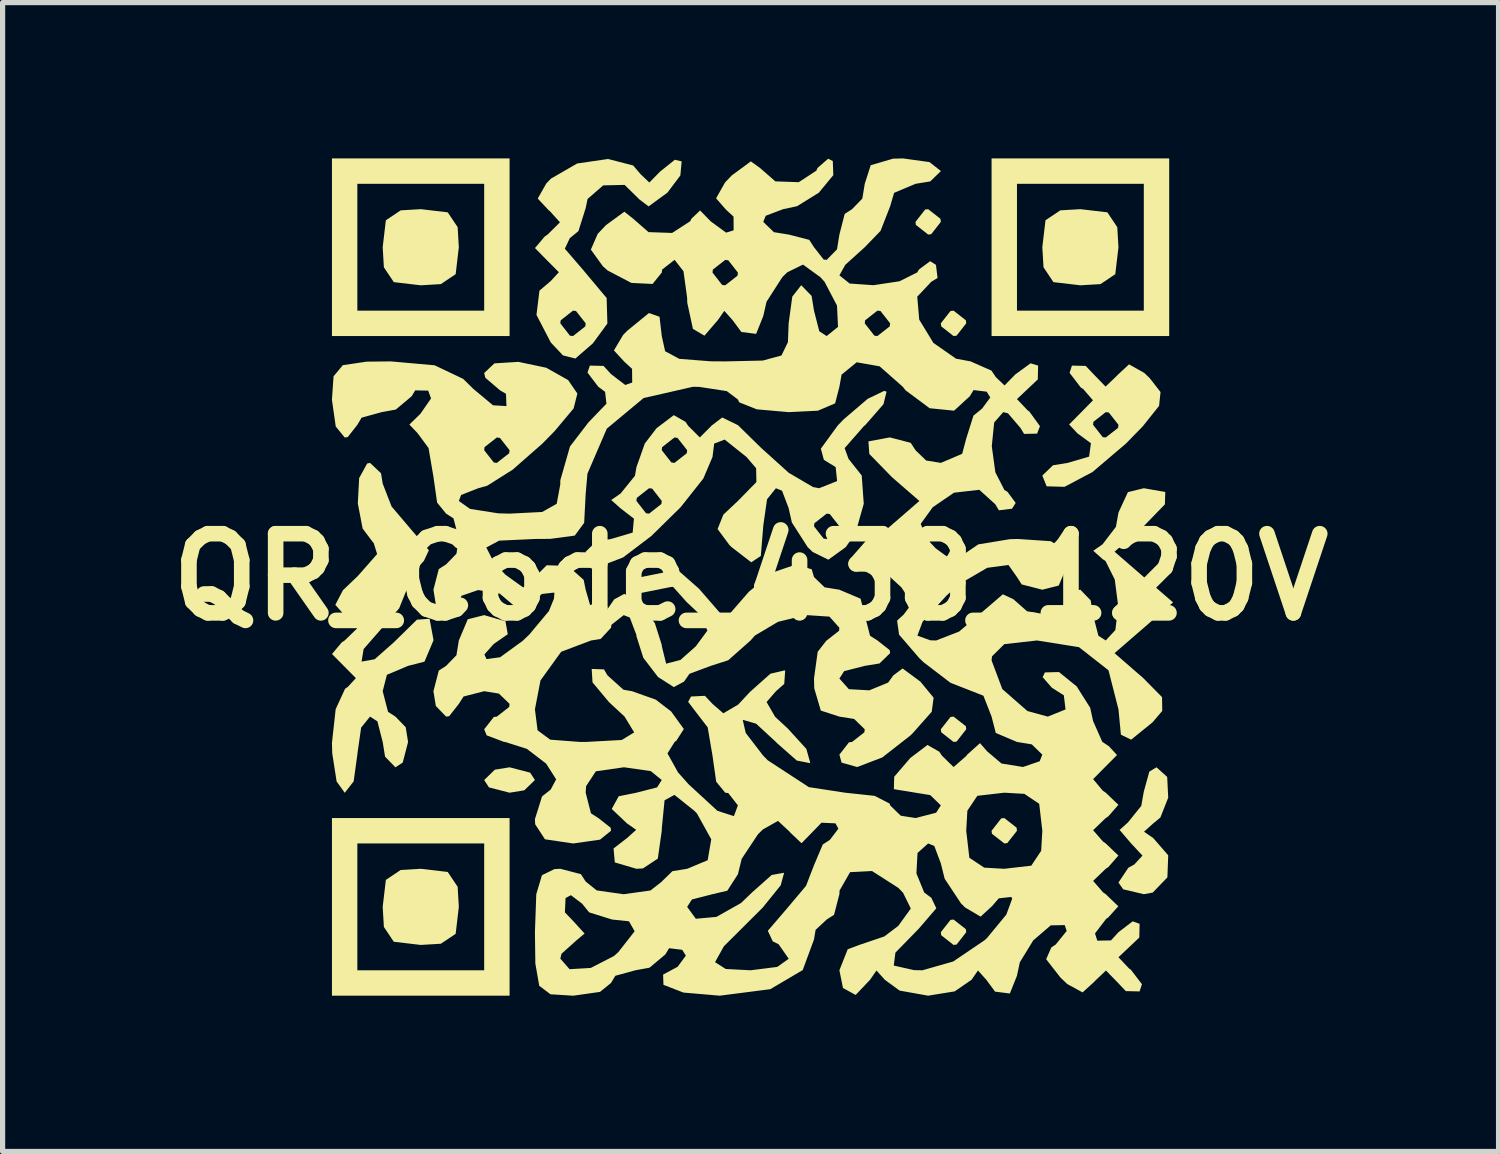
<source format=kicad_pcb>
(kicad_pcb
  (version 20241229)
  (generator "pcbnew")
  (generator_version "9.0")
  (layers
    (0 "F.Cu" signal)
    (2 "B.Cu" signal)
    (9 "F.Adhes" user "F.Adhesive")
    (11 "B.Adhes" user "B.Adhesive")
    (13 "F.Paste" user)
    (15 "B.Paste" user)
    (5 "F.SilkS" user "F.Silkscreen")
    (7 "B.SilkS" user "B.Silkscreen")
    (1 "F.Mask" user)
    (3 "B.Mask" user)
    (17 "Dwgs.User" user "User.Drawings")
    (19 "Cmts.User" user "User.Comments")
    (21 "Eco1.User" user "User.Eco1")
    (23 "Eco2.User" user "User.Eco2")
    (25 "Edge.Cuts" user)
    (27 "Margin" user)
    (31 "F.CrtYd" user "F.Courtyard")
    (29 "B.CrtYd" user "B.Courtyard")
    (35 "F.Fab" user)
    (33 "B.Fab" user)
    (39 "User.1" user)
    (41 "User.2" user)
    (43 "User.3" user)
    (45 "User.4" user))
  (footprint "QR_Code_438_120V"
    (layer "F.Cu")
    (at 11.401 8.06)
    (property "Reference" "QR_Code_438_120V" (at 0 0 0) (layer "F.SilkS") (effects (font (size 1.524 1.524) (thickness 0.3))))
    (attr board_only exclude_from_pos_files exclude_from_bom)
    (fp_poly (pts (xy -4.244 3.766) (xy -4.152 3.908) (xy -4.356 4.106) (xy -4.64 4.152) (xy -5.037 4.05) (xy -5.129 3.908) (xy -4.924 3.709) (xy -4.64 3.663)) (stroke (width 0) (type solid)) (fill yes) (layer "F.SilkS"))
    (fp_poly (pts (xy 3.656 -6.897) (xy 3.663 -6.838) (xy 3.478 -6.601) (xy 3.419 -6.594) (xy 3.182 -6.78) (xy 3.175 -6.838) (xy 3.361 -7.076) (xy 3.419 -7.083)) (stroke (width 0) (type solid)) (fill yes) (layer "F.SilkS"))
    (fp_poly (pts (xy 4.145 -4.943) (xy 4.152 -4.885) (xy 3.966 -4.647) (xy 3.908 -4.64) (xy 3.671 -4.826) (xy 3.663 -4.885) (xy 3.849 -5.122) (xy 3.908 -5.129)) (stroke (width 0) (type solid)) (fill yes) (layer "F.SilkS"))
    (fp_poly (pts (xy 4.145 2.872) (xy 4.152 2.931) (xy 3.966 3.168) (xy 3.908 3.175) (xy 3.671 2.989) (xy 3.663 2.931) (xy 3.849 2.694) (xy 3.908 2.687)) (stroke (width 0) (type solid)) (fill yes) (layer "F.SilkS"))
    (fp_poly (pts (xy 4.145 6.78) (xy 4.152 6.838) (xy 3.966 7.076) (xy 3.908 7.083) (xy 3.671 6.897) (xy 3.663 6.838) (xy 3.849 6.601) (xy 3.908 6.594)) (stroke (width 0) (type solid)) (fill yes) (layer "F.SilkS"))
    (fp_poly (pts (xy 5.122 4.826) (xy 5.129 4.885) (xy 4.943 5.122) (xy 4.885 5.129) (xy 4.647 4.943) (xy 4.64 4.885) (xy 4.826 4.647) (xy 4.885 4.64)) (stroke (width 0) (type solid)) (fill yes) (layer "F.SilkS"))
    (fp_poly (pts (xy -4.64 -4.64) (xy -8.06 -4.64) (xy -8.06 -5.129) (xy -7.571 -5.129) (xy -5.129 -5.129) (xy -5.129 -7.571) (xy -7.571 -7.571) (xy -7.571 -5.129) (xy -8.06 -5.129) (xy -8.06 -8.06) (xy -4.64 -8.06)) (stroke (width 0) (type solid)) (fill yes) (layer "F.SilkS"))
    (fp_poly (pts (xy -4.64 8.06) (xy -8.06 8.06) (xy -8.06 7.571) (xy -7.571 7.571) (xy -5.129 7.571) (xy -5.129 5.129) (xy -7.571 5.129) (xy -7.571 7.571) (xy -8.06 7.571) (xy -8.06 4.64) (xy -4.64 4.64)) (stroke (width 0) (type solid)) (fill yes) (layer "F.SilkS"))
    (fp_poly (pts (xy 8.06 -4.64) (xy 4.64 -4.64) (xy 4.64 -5.129) (xy 5.129 -5.129) (xy 7.571 -5.129) (xy 7.571 -7.571) (xy 5.129 -7.571) (xy 5.129 -5.129) (xy 4.64 -5.129) (xy 4.64 -8.06) (xy 8.06 -8.06)) (stroke (width 0) (type solid)) (fill yes) (layer "F.SilkS"))
    (fp_poly (pts (xy -5.831 -7.022) (xy -5.64 -6.737) (xy -5.617 -6.35) (xy -5.678 -5.831) (xy -5.963 -5.64) (xy -6.35 -5.617) (xy -6.869 -5.678) (xy -7.06 -5.963) (xy -7.083 -6.35) (xy -7.022 -6.869) (xy -6.737 -7.06) (xy -6.35 -7.083)) (stroke (width 0) (type solid)) (fill yes) (layer "F.SilkS"))
    (fp_poly (pts (xy -5.831 5.678) (xy -5.64 5.963) (xy -5.617 6.35) (xy -5.678 6.869) (xy -5.963 7.06) (xy -6.35 7.083) (xy -6.869 7.022) (xy -7.06 6.737) (xy -7.083 6.35) (xy -7.022 5.831) (xy -6.737 5.64) (xy -6.35 5.617)) (stroke (width 0) (type solid)) (fill yes) (layer "F.SilkS"))
    (fp_poly (pts (xy 6.869 -7.022) (xy 7.06 -6.737) (xy 7.083 -6.35) (xy 7.022 -5.831) (xy 6.737 -5.64) (xy 6.35 -5.617) (xy 5.831 -5.678) (xy 5.64 -5.963) (xy 5.617 -6.35) (xy 5.678 -6.869) (xy 5.963 -7.06) (xy 6.35 -7.083)) (stroke (width 0) (type solid)) (fill yes) (layer "F.SilkS"))
    (fp_poly (pts (xy 8.021 3.848) (xy 8.041 4.247) (xy 7.89 4.63) (xy 7.754 4.742) (xy 7.575 4.903) (xy 7.754 5.027) (xy 8.041 5.358) (xy 8.025 5.782) (xy 7.743 6.075) (xy 7.571 6.106) (xy 7.174 6.012) (xy 7.083 5.882) (xy 7.273 5.597) (xy 7.388 5.534) (xy 7.545 5.363) (xy 7.327 5.129) (xy 7.105 4.869) (xy 7.266 4.724) (xy 7.522 4.406) (xy 7.571 4.132) (xy 7.677 3.746) (xy 7.815 3.663)) (stroke (width 0) (type solid)) (fill yes) (layer "F.SilkS"))
    (fp_poly (pts (xy 7.58 -3.93) (xy 7.684 -3.83) (xy 7.893 -3.562) (xy 7.865 -3.296) (xy 7.552 -2.903) (xy 7.226 -2.569) (xy 6.583 -2.022) (xy 6.045 -1.737) (xy 5.7 -1.747) (xy 5.617 -1.954) (xy 5.822 -2.152) (xy 6.106 -2.198) (xy 6.518 -2.319) (xy 6.553 -2.576) (xy 6.289 -2.77) (xy 6.14 -2.931) (xy 6.594 -2.931) (xy 6.78 -2.694) (xy 6.838 -2.687) (xy 7.076 -2.872) (xy 7.083 -2.931) (xy 6.897 -3.168) (xy 6.838 -3.175) (xy 6.601 -2.989) (xy 6.594 -2.931) (xy 6.14 -2.931) (xy 6.133 -2.938) (xy 6.35 -3.156) (xy 6.592 -3.403) (xy 6.405 -3.619) (xy 6.357 -3.65) (xy 6.142 -3.931) (xy 6.187 -4.071) (xy 6.452 -4.065) (xy 6.608 -3.901) (xy 6.835 -3.667) (xy 7.054 -3.877) (xy 7.061 -3.886) (xy 7.286 -4.095)) (stroke (width 0) (type solid)) (fill yes) (layer "F.SilkS"))
    (fp_poly (pts (xy -2.261 -7.924) (xy -2.115 -7.754) (xy -1.949 -7.596) (xy -1.741 -7.808) (xy -1.458 -8.034) (xy -1.327 -8.003) (xy -1.352 -7.732) (xy -1.6 -7.402) (xy -1.963 -7.136) (xy -2.138 -7.268) (xy -2.425 -7.55) (xy -2.837 -7.541) (xy -3.138 -7.28) (xy -3.175 -7.103) (xy -3.314 -6.661) (xy -3.48 -6.525) (xy -3.576 -6.322) (xy -3.236 -5.927) (xy -2.771 -5.372) (xy -2.757 -4.881) (xy -3.035 -4.501) (xy -3.373 -4.207) (xy -3.612 -4.267) (xy -3.847 -4.517) (xy -4.038 -4.885) (xy -3.663 -4.885) (xy -3.478 -4.647) (xy -3.419 -4.64) (xy -3.182 -4.826) (xy -3.175 -4.885) (xy -3.361 -5.122) (xy -3.419 -5.129) (xy -3.656 -4.943) (xy -3.663 -4.885) (xy -4.038 -4.885) (xy -4.122 -5.047) (xy -4.065 -5.514) (xy -3.847 -5.7) (xy -3.691 -5.869) (xy -3.908 -6.087) (xy -4.151 -6.334) (xy -3.965 -6.555) (xy -3.908 -6.594) (xy -3.67 -6.83) (xy -3.868 -7.049) (xy -3.886 -7.061) (xy -4.098 -7.287) (xy -3.932 -7.579) (xy -3.843 -7.671) (xy -3.34 -7.962) (xy -2.744 -8.049)) (stroke (width 0) (type solid)) (fill yes) (layer "F.SilkS"))
    (fp_poly (pts (xy -7.115 -1.998) (xy -7.083 -1.799) (xy -6.912 -1.359) (xy -6.533 -0.912) (xy -6.194 -0.516) (xy -6.289 -0.313) (xy -6.562 -0.006) (xy -6.594 0.175) (xy -6.766 0.603) (xy -7.122 1.011) (xy -7.45 1.386) (xy -7.49 1.628) (xy -7.238 1.583) (xy -6.872 1.26) (xy -6.424 0.821) (xy -6.181 0.803) (xy -6.106 1.205) (xy -6.106 1.221) (xy -6.278 1.629) (xy -6.594 1.71) (xy -7.002 1.882) (xy -7.083 2.198) (xy -6.98 2.595) (xy -6.838 2.687) (xy -6.64 2.891) (xy -6.594 3.175) (xy -6.697 3.572) (xy -6.838 3.663) (xy -7.037 3.459) (xy -7.083 3.175) (xy -7.185 2.778) (xy -7.327 2.687) (xy -7.498 2.899) (xy -7.571 3.41) (xy -7.571 3.419) (xy -7.642 3.934) (xy -7.812 4.152) (xy -7.815 4.152) (xy -7.97 3.936) (xy -8.054 3.396) (xy -8.06 3.195) (xy -7.988 2.543) (xy -7.807 2.15) (xy -7.754 2.115) (xy -7.599 1.946) (xy -7.815 1.728) (xy -8.059 1.482) (xy -7.873 1.26) (xy -7.815 1.221) (xy -7.574 0.988) (xy -7.768 0.772) (xy -7.808 0.746) (xy -7.995 0.535) (xy -7.848 0.253) (xy -7.563 -0.019) (xy -7.19 -0.443) (xy -7.258 -0.661) (xy -7.266 -0.664) (xy -7.469 -0.933) (xy -7.562 -1.417) (xy -7.536 -1.905) (xy -7.383 -2.185) (xy -7.327 -2.198)) (stroke (width 0) (type solid)) (fill yes) (layer "F.SilkS"))
    (fp_poly (pts (xy 2.618 -3.569) (xy 2.559 -3.328) (xy 2.218 -2.937) (xy 2.176 -2.899) (xy 1.811 -2.482) (xy 1.889 -2.268) (xy 1.893 -2.267) (xy 2.14 -1.955) (xy 2.179 -1.411) (xy 2.018 -0.841) (xy 1.832 -0.576) (xy 1.498 -0.334) (xy 1.195 -0.483) (xy 1.099 -0.576) (xy 0.842 -0.977) (xy 1.221 -0.977) (xy 1.407 -0.74) (xy 1.465 -0.733) (xy 1.703 -0.919) (xy 1.71 -0.977) (xy 1.524 -1.214) (xy 1.465 -1.221) (xy 1.228 -1.035) (xy 1.221 -0.977) (xy 0.842 -0.977) (xy 0.795 -1.05) (xy 0.733 -1.326) (xy 0.606 -1.662) (xy 0.488 -1.71) (xy 0.317 -1.497) (xy 0.244 -0.986) (xy 0.244 -0.977) (xy 0.197 -0.406) (xy 0.013 -0.284) (xy -0.368 -0.578) (xy -0.41 -0.62) (xy -0.635 -0.924) (xy -0.524 -1.202) (xy -0.244 -1.465) (xy 0.112 -1.829) (xy 0.107 -2.095) (xy -0.078 -2.311) (xy -0.499 -2.647) (xy -0.701 -2.569) (xy -0.733 -2.312) (xy -0.91 -1.896) (xy -1.349 -1.342) (xy -1.911 -0.79) (xy -2.454 -0.378) (xy -2.801 -0.244) (xy -3.131 -0.374) (xy -3.175 -0.488) (xy -2.97 -0.687) (xy -2.687 -0.733) (xy -2.27 -0.856) (xy -2.246 -1.124) (xy -2.503 -1.323) (xy -2.663 -1.465) (xy -2.198 -1.465) (xy -2.012 -1.228) (xy -1.954 -1.221) (xy -1.717 -1.407) (xy -1.71 -1.465) (xy -1.895 -1.703) (xy -1.954 -1.71) (xy -2.191 -1.524) (xy -2.198 -1.465) (xy -2.663 -1.465) (xy -2.683 -1.483) (xy -2.503 -1.608) (xy -2.226 -1.95) (xy -2.198 -2.114) (xy -2.082 -2.442) (xy -1.71 -2.442) (xy -1.524 -2.205) (xy -1.465 -2.198) (xy -1.228 -2.384) (xy -1.221 -2.442) (xy -1.407 -2.679) (xy -1.465 -2.687) (xy -1.703 -2.501) (xy -1.71 -2.442) (xy -2.082 -2.442) (xy -2.037 -2.57) (xy -1.81 -2.866) (xy -1.478 -3.117) (xy -1.253 -2.988) (xy -1.199 -2.909) (xy -0.977 -2.688) (xy -0.753 -2.912) (xy -0.751 -2.915) (xy -0.546 -3.072) (xy -0.243 -2.924) (xy 0.202 -2.488) (xy 0.736 -2.006) (xy 1.202 -1.733) (xy 1.319 -1.71) (xy 1.666 -1.848) (xy 1.638 -2.117) (xy 1.411 -2.257) (xy 1.353 -2.472) (xy 1.679 -2.919) (xy 1.792 -3.036) (xy 2.254 -3.431) (xy 2.572 -3.584)) (stroke (width 0) (type solid)) (fill yes) (layer "F.SilkS"))
    (fp_poly (pts (xy 3.445 -7.989) (xy 3.663 -7.818) (xy 3.663 -7.815) (xy 3.459 -7.617) (xy 3.175 -7.571) (xy 2.763 -7.397) (xy 2.687 -7.137) (xy 2.502 -6.664) (xy 2.198 -6.35) (xy 1.823 -6.011) (xy 1.71 -5.808) (xy 1.908 -5.651) (xy 2.365 -5.619) (xy 2.868 -5.695) (xy 3.208 -5.865) (xy 3.243 -5.923) (xy 3.457 -6.081) (xy 3.569 -6.011) (xy 3.6 -5.758) (xy 3.48 -5.686) (xy 3.209 -5.398) (xy 3.247 -4.956) (xy 3.52 -4.508) (xy 3.956 -4.204) (xy 4.236 -4.152) (xy 4.637 -3.975) (xy 4.724 -3.847) (xy 4.89 -3.689) (xy 5.097 -3.901) (xy 5.391 -4.115) (xy 5.536 -4.071) (xy 5.53 -3.805) (xy 5.366 -3.65) (xy 5.129 -3.426) (xy 5.335 -3.209) (xy 5.366 -3.188) (xy 5.572 -2.905) (xy 5.516 -2.761) (xy 5.266 -2.756) (xy 5.197 -2.87) (xy 4.955 -3.153) (xy 4.864 -3.175) (xy 4.69 -2.976) (xy 4.644 -2.519) (xy 4.713 -2.016) (xy 4.887 -1.676) (xy 4.946 -1.641) (xy 5.104 -1.427) (xy 5.034 -1.316) (xy 4.781 -1.285) (xy 4.709 -1.404) (xy 4.403 -1.68) (xy 3.916 -1.624) (xy 3.506 -1.343) (xy 3.275 -1.023) (xy 3.406 -0.721) (xy 3.565 -0.552) (xy 3.92 -0.293) (xy 4.092 -0.43) (xy 4.384 -0.629) (xy 4.992 -0.729) (xy 5.149 -0.733) (xy 5.78 -0.69) (xy 6.055 -0.518) (xy 6.106 -0.244) (xy 5.933 0.164) (xy 5.617 0.244) (xy 5.22 0.142) (xy 5.129 0) (xy 4.965 -0.232) (xy 4.557 -0.178) (xy 4.032 0.128) (xy 3.774 0.355) (xy 3.311 0.862) (xy 3.212 1.128) (xy 3.46 1.218) (xy 3.574 1.221) (xy 4.014 1.05) (xy 4.461 0.672) (xy 4.857 0.332) (xy 5.06 0.427) (xy 5.323 0.659) (xy 5.733 0.727) (xy 6.053 0.617) (xy 6.106 0.488) (xy 6.292 0.251) (xy 6.35 0.244) (xy 6.548 0.449) (xy 6.594 0.733) (xy 6.697 1.13) (xy 6.838 1.221) (xy 7.023 1.021) (xy 7.078 0.561) (xy 7.012 0.049) (xy 6.834 -0.308) (xy 6.777 -0.346) (xy 6.598 -0.506) (xy 6.777 -0.631) (xy 7.034 -0.967) (xy 7.083 -1.242) (xy 7.265 -1.635) (xy 7.571 -1.71) (xy 7.984 -1.638) (xy 7.977 -1.4) (xy 7.548 -0.957) (xy 7.534 -0.945) (xy 7.008 -0.488) (xy 7.571 0) (xy 8.134 0.488) (xy 7.571 0.977) (xy 7.008 1.465) (xy 7.56 1.945) (xy 7.922 2.312) (xy 7.926 2.578) (xy 7.737 2.799) (xy 7.327 3.131) (xy 7.13 3.035) (xy 7.083 2.547) (xy 6.891 1.795) (xy 6.323 1.35) (xy 5.513 1.221) (xy 4.885 1.292) (xy 4.648 1.527) (xy 4.64 1.605) (xy 4.847 2.157) (xy 5.329 2.579) (xy 5.722 2.687) (xy 6.064 2.549) (xy 6.031 2.277) (xy 5.8 2.13) (xy 5.623 1.927) (xy 5.667 1.836) (xy 5.938 1.829) (xy 6.279 2.106) (xy 6.539 2.517) (xy 6.594 2.771) (xy 6.771 3.172) (xy 6.9 3.258) (xy 7.055 3.427) (xy 6.838 3.645) (xy 6.595 3.891) (xy 6.781 4.113) (xy 6.838 4.152) (xy 7.082 4.385) (xy 6.889 4.606) (xy 6.838 4.64) (xy 6.595 4.874) (xy 6.788 5.095) (xy 6.838 5.129) (xy 7.082 5.362) (xy 6.889 5.583) (xy 6.838 5.617) (xy 6.595 5.85) (xy 6.788 6.072) (xy 6.838 6.106) (xy 7.08 6.339) (xy 6.886 6.555) (xy 6.846 6.581) (xy 6.631 6.862) (xy 6.676 7.001) (xy 6.939 6.996) (xy 7.083 6.838) (xy 7.356 6.629) (xy 7.49 6.676) (xy 7.484 6.941) (xy 7.32 7.096) (xy 7.083 7.32) (xy 7.289 7.538) (xy 7.32 7.558) (xy 7.535 7.839) (xy 7.49 7.978) (xy 7.225 7.972) (xy 7.069 7.808) (xy 6.842 7.575) (xy 6.623 7.784) (xy 6.616 7.794) (xy 6.392 7.997) (xy 6.096 7.835) (xy 5.966 7.711) (xy 5.691 7.358) (xy 5.79 7.132) (xy 5.876 7.074) (xy 6.086 6.814) (xy 6.049 6.701) (xy 5.779 6.706) (xy 5.442 6.996) (xy 5.184 7.417) (xy 5.129 7.676) (xy 4.992 8.018) (xy 4.707 7.982) (xy 4.539 7.754) (xy 4.378 7.575) (xy 4.254 7.754) (xy 3.93 7.977) (xy 3.419 8.06) (xy 2.869 7.962) (xy 2.585 7.754) (xy 2.424 7.575) (xy 2.3 7.754) (xy 2.023 8.046) (xy 1.779 7.912) (xy 1.71 7.571) (xy 1.746 7.48) (xy 2.757 7.48) (xy 3.147 7.568) (xy 3.308 7.571) (xy 3.901 7.402) (xy 4.508 6.991) (xy 4.555 6.946) (xy 4.924 6.499) (xy 5.037 6.192) (xy 5.019 6.159) (xy 4.778 6.186) (xy 4.649 6.336) (xy 4.429 6.538) (xy 4.131 6.362) (xy 4.052 6.285) (xy 3.737 5.809) (xy 3.663 5.513) (xy 3.537 5.177) (xy 3.419 5.129) (xy 3.214 5.313) (xy 3.193 5.706) (xy 3.343 6.074) (xy 3.48 6.175) (xy 3.576 6.378) (xy 3.236 6.773) (xy 2.788 7.232) (xy 2.757 7.48) (xy 1.746 7.48) (xy 1.87 7.167) (xy 2.093 7.083) (xy 2.574 6.92) (xy 2.844 6.716) (xy 3.085 6.382) (xy 2.936 6.079) (xy 2.844 5.984) (xy 2.338 5.66) (xy 1.916 5.682) (xy 1.713 6.036) (xy 1.71 6.106) (xy 1.607 6.503) (xy 1.465 6.594) (xy 1.252 6.793) (xy 1.221 6.978) (xy 1.004 7.567) (xy 0.379 7.935) (xy -0.593 8.06) (xy -1.293 8) (xy -1.677 7.851) (xy -1.684 7.654) (xy -1.404 7.503) (xy -1.246 7.289) (xy -1.316 7.177) (xy -1.569 7.146) (xy -1.641 7.266) (xy -1.945 7.521) (xy -2.218 7.571) (xy -2.604 7.677) (xy -2.687 7.815) (xy -2.899 7.987) (xy -3.41 8.06) (xy -3.419 8.06) (xy -3.853 8.033) (xy -4.069 7.869) (xy -4.144 7.441) (xy -4.145 7.347) (xy -3.663 7.347) (xy -3.485 7.55) (xy -3.077 7.526) (xy -2.631 7.297) (xy -2.547 7.222) (xy -2.232 6.82) (xy -2.341 6.628) (xy -2.666 6.594) (xy -3.108 6.456) (xy -3.194 6.35) (xy -1.221 6.35) (xy -1.054 6.579) (xy -0.657 6.543) (xy -0.183 6.275) (xy 0.034 6.067) (xy 0.407 5.736) (xy 0.646 5.693) (xy 0.58 5.935) (xy 0.235 6.363) (xy 0.034 6.563) (xy -0.514 7.109) (xy -0.684 7.414) (xy -0.479 7.546) (xy 0 7.571) (xy 0.515 7.506) (xy 0.733 7.35) (xy 0.733 7.347) (xy 0.54 7.07) (xy 0.427 7.014) (xy 0.332 6.811) (xy 0.672 6.415) (xy 1.068 5.945) (xy 1.221 5.548) (xy 1.39 5.149) (xy 1.526 5.061) (xy 1.66 4.885) (xy 4.152 4.885) (xy 4.212 5.404) (xy 4.498 5.595) (xy 4.885 5.617) (xy 5.404 5.557) (xy 5.595 5.271) (xy 5.617 4.885) (xy 5.557 4.366) (xy 5.271 4.174) (xy 4.885 4.152) (xy 4.366 4.212) (xy 4.174 4.498) (xy 4.152 4.885) (xy 1.66 4.885) (xy 1.69 4.845) (xy 1.635 4.742) (xy 1.365 4.73) (xy 1.208 4.892) (xy 0.981 5.125) (xy 0.761 4.916) (xy 0.755 4.906) (xy 0.528 4.695) (xy 0.236 4.86) (xy 0.144 4.95) (xy -0.171 5.425) (xy -0.244 5.722) (xy -0.448 6.039) (xy -0.733 6.106) (xy -1.13 6.208) (xy -1.221 6.35) (xy -3.194 6.35) (xy -3.243 6.289) (xy -3.459 6.125) (xy -3.562 6.18) (xy -3.575 6.456) (xy -3.412 6.626) (xy -3.196 6.863) (xy -3.358 7) (xy -3.641 7.254) (xy -3.663 7.347) (xy -4.145 7.347) (xy -4.152 6.838) (xy -4.126 6.106) (xy -4.017 5.741) (xy -3.776 5.623) (xy -3.663 5.617) (xy -3.267 5.72) (xy -3.175 5.862) (xy -2.963 6.033) (xy -2.451 6.106) (xy -2.442 6.106) (xy -1.928 6.035) (xy -1.71 5.865) (xy -1.71 5.862) (xy -1.505 5.663) (xy -1.221 5.617) (xy -0.826 5.452) (xy -0.757 5.049) (xy -1.032 4.553) (xy -1.082 4.501) (xy -1.466 4.194) (xy -1.656 4.298) (xy -1.71 4.847) (xy -1.71 4.885) (xy -1.786 5.421) (xy -2.072 5.61) (xy -2.198 5.617) (xy -2.614 5.494) (xy -2.638 5.226) (xy -2.381 5.027) (xy -2.202 4.867) (xy -2.381 4.742) (xy -2.673 4.465) (xy -2.539 4.221) (xy -2.198 4.152) (xy -1.801 4.05) (xy -1.71 3.908) (xy -1.922 3.736) (xy -2.433 3.663) (xy -2.442 3.663) (xy -2.979 3.74) (xy -3.167 4.026) (xy -3.175 4.152) (xy -3.073 4.549) (xy -2.931 4.64) (xy -2.694 4.826) (xy -2.687 4.885) (xy -2.899 5.056) (xy -3.41 5.129) (xy -3.419 5.129) (xy -3.959 5.049) (xy -4.147 4.76) (xy -4.152 4.661) (xy -4.015 4.224) (xy -3.849 4.092) (xy -3.743 3.895) (xy -3.937 3.591) (xy -4.307 3.308) (xy -4.725 3.175) (xy -4.745 3.175) (xy -5.081 3.048) (xy -5.129 2.931) (xy -4.943 2.694) (xy -4.885 2.687) (xy -4.647 2.501) (xy -4.64 2.442) (xy -4.845 2.244) (xy -5.129 2.198) (xy -5.526 2.3) (xy -5.617 2.442) (xy -5.803 2.679) (xy -5.862 2.687) (xy -6.06 2.482) (xy -6.106 2.198) (xy -6.003 1.801) (xy -5.862 1.71) (xy -5.663 1.505) (xy -5.617 1.221) (xy -5.445 0.813) (xy -5.129 0.733) (xy -4.719 0.852) (xy -4.675 1.101) (xy -4.946 1.289) (xy -5.125 1.491) (xy -5.083 1.58) (xy -4.822 1.544) (xy -4.387 1.228) (xy -4.263 1.11) (xy -3.883 0.655) (xy -3.754 0.338) (xy -3.773 0.298) (xy -4.021 0.326) (xy -4.184 0.496) (xy -4.421 0.712) (xy -4.557 0.55) (xy -4.831 0.318) (xy -5.245 0.25) (xy -5.566 0.361) (xy -5.617 0.488) (xy -5.803 0.726) (xy -5.862 0.733) (xy -6.06 0.528) (xy -6.106 0.244) (xy -6.003 -0.153) (xy -5.862 -0.244) (xy -5.663 -0.449) (xy -5.644 -0.569) (xy -5.088 -0.569) (xy -4.941 -0.28) (xy -4.721 -0.046) (xy -4.377 0.201) (xy -4.212 0.059) (xy -3.925 -0.227) (xy -3.516 -0.215) (xy -3.214 0.054) (xy -3.175 0.244) (xy -3.057 0.652) (xy -2.812 0.701) (xy -2.626 0.43) (xy -2.43 0.323) (xy -2.125 0.518) (xy -1.843 0.888) (xy -1.71 1.306) (xy -1.71 1.326) (xy -1.626 1.668) (xy -1.35 1.596) (xy -1.055 1.334) (xy -0.832 1.032) (xy -0.941 0.754) (xy -1.234 0.478) (xy -1.576 0.095) (xy -1.631 -0.16) (xy -1.628 -0.163) (xy -1.378 -0.114) (xy -0.994 0.224) (xy -0.978 0.242) (xy -0.488 0.807) (xy -0.032 0.282) (xy 0.422 -0.087) (xy 0.876 -0.242) (xy 1.177 -0.149) (xy 1.221 0) (xy 1.426 0.198) (xy 1.71 0.244) (xy 2.118 0.417) (xy 2.198 0.733) (xy 2.3 1.13) (xy 2.442 1.221) (xy 2.679 1.407) (xy 2.687 1.465) (xy 2.482 1.664) (xy 2.198 1.71) (xy 1.801 1.812) (xy 1.71 1.954) (xy 1.893 2.159) (xy 2.286 2.181) (xy 2.649 2.032) (xy 2.747 1.895) (xy 2.927 1.76) (xy 3.27 2.014) (xy 3.524 2.323) (xy 3.488 2.593) (xy 3.128 3) (xy 3.078 3.05) (xy 2.536 3.473) (xy 2.053 3.658) (xy 1.752 3.573) (xy 1.71 3.419) (xy 1.895 3.182) (xy 1.954 3.175) (xy 2.191 2.989) (xy 2.198 2.931) (xy 1.994 2.732) (xy 1.71 2.687) (xy 1.352 2.571) (xy 1.226 2.143) (xy 1.221 1.954) (xy 1.292 1.439) (xy 1.462 1.221) (xy 1.465 1.221) (xy 1.703 1.035) (xy 1.71 0.977) (xy 1.519 0.762) (xy 1.066 0.732) (xy 0.528 0.862) (xy 0.084 1.126) (xy 0 1.221) (xy -0.43 1.602) (xy -0.766 1.71) (xy -1.177 1.863) (xy -1.281 2.013) (xy -1.478 2.119) (xy -1.782 1.924) (xy -2.065 1.555) (xy -2.198 1.137) (xy -2.198 1.116) (xy -2.325 0.78) (xy -2.442 0.733) (xy -2.679 0.919) (xy -2.687 0.977) (xy -2.886 1.191) (xy -3.07 1.221) (xy -3.647 1.439) (xy -4.045 1.991) (xy -4.152 2.547) (xy -4.101 2.951) (xy -3.857 3.131) (xy -3.282 3.175) (xy -3.175 3.175) (xy -2.48 3.137) (xy -2.241 2.991) (xy -2.427 2.685) (xy -2.726 2.408) (xy -3.043 2.028) (xy -3.059 1.769) (xy -2.822 1.778) (xy -2.755 1.893) (xy -2.448 2.169) (xy -2.282 2.198) (xy -1.826 2.36) (xy -1.53 2.587) (xy -1.285 2.926) (xy -1.43 3.153) (xy -1.46 3.172) (xy -1.6 3.395) (xy -1.397 3.761) (xy -1.194 3.989) (xy -0.638 4.501) (xy -0.321 4.603) (xy -0.244 4.396) (xy -0.43 4.159) (xy -0.488 4.152) (xy -0.662 3.94) (xy -0.733 3.44) (xy -0.826 2.894) (xy -1.038 2.618) (xy -1.202 2.403) (xy -1.147 2.3) (xy -0.879 2.287) (xy -0.733 2.442) (xy -0.525 2.623) (xy -0.24 2.457) (xy -0.012 2.212) (xy 0.382 1.861) (xy 0.656 1.797) (xy 0.666 1.806) (xy 0.648 2.057) (xy 0.489 2.198) (xy 0.308 2.406) (xy 0.473 2.691) (xy 0.719 2.919) (xy 1.074 3.309) (xy 1.148 3.573) (xy 1.14 3.582) (xy 0.89 3.533) (xy 0.506 3.195) (xy 0.488 3.175) (xy 0.106 2.823) (xy -0.144 2.75) (xy -0.15 2.755) (xy -0.093 3.002) (xy 0.234 3.428) (xy 0.329 3.527) (xy 1.122 4.045) (xy 1.821 4.152) (xy 2.39 4.213) (xy 2.678 4.362) (xy 2.687 4.396) (xy 2.891 4.595) (xy 3.175 4.64) (xy 3.572 4.538) (xy 3.663 4.396) (xy 3.459 4.198) (xy 3.175 4.152) (xy 2.759 4.084) (xy 2.765 3.845) (xy 3.075 3.484) (xy 3.406 3.233) (xy 3.632 3.362) (xy 3.686 3.441) (xy 3.909 3.658) (xy 4.151 3.446) (xy 4.171 3.419) (xy 4.417 3.198) (xy 4.557 3.358) (xy 4.831 3.59) (xy 5.245 3.657) (xy 5.566 3.547) (xy 5.617 3.419) (xy 5.413 3.221) (xy 5.129 3.175) (xy 4.721 3.002) (xy 4.64 2.687) (xy 4.483 2.285) (xy 4.263 2.198) (xy 3.849 2.036) (xy 3.328 1.638) (xy 3.25 1.563) (xy 2.859 1.109) (xy 2.821 0.839) (xy 2.948 0.722) (xy 3.107 0.509) (xy 2.905 0.2) (xy 2.702 0.014) (xy 2.123 -0.488) (xy 2.687 -0.977) (xy 3.25 -1.465) (xy 2.724 -1.921) (xy 2.286 -2.37) (xy 2.269 -2.612) (xy 2.673 -2.687) (xy 2.687 -2.687) (xy 3.083 -2.584) (xy 3.175 -2.442) (xy 3.38 -2.244) (xy 3.663 -2.198) (xy 4.074 -2.373) (xy 4.152 -2.666) (xy 4.291 -3.108) (xy 4.457 -3.243) (xy 4.615 -3.457) (xy 4.546 -3.569) (xy 4.293 -3.6) (xy 4.22 -3.48) (xy 3.918 -3.203) (xy 3.448 -3.25) (xy 2.984 -3.595) (xy 2.931 -3.663) (xy 2.485 -4.057) (xy 2.043 -4.135) (xy 1.752 -3.897) (xy 1.71 -3.663) (xy 1.628 -3.344) (xy 1.297 -3.203) (xy 0.733 -3.175) (xy 0.121 -3.229) (xy -0.219 -3.364) (xy -0.244 -3.419) (xy -0.459 -3.58) (xy -0.988 -3.661) (xy -1.11 -3.663) (xy -2.06 -3.446) (xy -2.768 -2.857) (xy -3.141 -1.99) (xy -3.175 -1.599) (xy -3.204 -1.044) (xy -3.385 -0.798) (xy -3.858 -0.735) (xy -4.152 -0.733) (xy -4.84 -0.701) (xy -5.088 -0.569) (xy -5.644 -0.569) (xy -5.617 -0.733) (xy -5.72 -1.13) (xy -5.862 -1.221) (xy -6.035 -1.433) (xy -6.106 -1.933) (xy -6.193 -2.442) (xy -5.129 -2.442) (xy -4.943 -2.205) (xy -4.885 -2.198) (xy -4.647 -2.384) (xy -4.64 -2.442) (xy -4.826 -2.679) (xy -4.885 -2.687) (xy -5.122 -2.501) (xy -5.129 -2.442) (xy -6.193 -2.442) (xy -6.2 -2.484) (xy -6.411 -2.77) (xy -6.569 -2.936) (xy -6.357 -3.143) (xy -6.152 -3.439) (xy -6.207 -3.589) (xy -6.457 -3.594) (xy -6.526 -3.48) (xy -6.83 -3.225) (xy -7.103 -3.175) (xy -7.489 -3.069) (xy -7.571 -2.931) (xy -7.757 -2.694) (xy -7.815 -2.687) (xy -7.987 -2.899) (xy -8.06 -3.41) (xy -8.06 -3.419) (xy -8.029 -3.865) (xy -7.851 -4.079) (xy -7.394 -4.147) (xy -6.928 -4.152) (xy -6.083 -4.077) (xy -5.533 -3.815) (xy -5.339 -3.624) (xy -4.959 -3.307) (xy -4.7 -3.291) (xy -4.709 -3.528) (xy -4.824 -3.595) (xy -5.107 -3.837) (xy -5.129 -3.928) (xy -4.932 -4.114) (xy -4.47 -4.143) (xy -3.934 -4.03) (xy -3.514 -3.793) (xy -3.511 -3.79) (xy -3.335 -3.533) (xy -3.407 -3.246) (xy -3.776 -2.806) (xy -4.009 -2.569) (xy -4.581 -2.067) (xy -5.071 -1.758) (xy -5.243 -1.71) (xy -5.573 -1.58) (xy -5.617 -1.465) (xy -5.401 -1.312) (xy -4.859 -1.227) (xy -4.64 -1.221) (xy -4.012 -1.253) (xy -3.733 -1.41) (xy -3.664 -1.782) (xy -3.663 -1.864) (xy -3.477 -2.514) (xy -3.122 -2.977) (xy -2.775 -3.338) (xy -2.801 -3.566) (xy -2.932 -3.664) (xy -3.14 -3.937) (xy -3.094 -4.071) (xy -2.831 -4.065) (xy -2.687 -3.908) (xy -2.413 -3.698) (xy -2.279 -3.745) (xy -2.282 -4.009) (xy -2.428 -4.143) (xy -2.631 -4.363) (xy -2.454 -4.661) (xy -2.377 -4.74) (xy -1.957 -5.083) (xy -1.753 -5.011) (xy -1.71 -4.64) (xy -1.645 -4.347) (xy -1.372 -4.201) (xy -0.771 -4.154) (xy -0.488 -4.152) (xy 0.234 -4.168) (xy 0.595 -4.266) (xy 0.719 -4.523) (xy 0.733 -4.885) (xy 0.803 -5.399) (xy 0.974 -5.617) (xy 0.977 -5.617) (xy 1.175 -5.413) (xy 1.221 -5.129) (xy 1.323 -4.732) (xy 1.465 -4.64) (xy 1.684 -4.817) (xy 1.68 -4.885) (xy 2.198 -4.885) (xy 2.384 -4.647) (xy 2.442 -4.64) (xy 2.679 -4.826) (xy 2.687 -4.885) (xy 2.501 -5.122) (xy 2.442 -5.129) (xy 2.205 -4.943) (xy 2.198 -4.885) (xy 1.68 -4.885) (xy 1.664 -5.226) (xy 1.425 -5.683) (xy 1.343 -5.774) (xy 1.009 -6.016) (xy 0.706 -5.867) (xy 0.611 -5.774) (xy 0.307 -5.3) (xy 0.244 -5.024) (xy 0.107 -4.682) (xy -0.177 -4.718) (xy -0.346 -4.946) (xy -0.506 -5.125) (xy -0.631 -4.946) (xy -0.888 -4.647) (xy -1.11 -4.778) (xy -1.219 -5.281) (xy -1.221 -5.373) (xy -1.288 -5.862) (xy -0.733 -5.862) (xy -0.547 -5.624) (xy -0.488 -5.617) (xy -0.251 -5.803) (xy -0.244 -5.862) (xy -0.43 -6.099) (xy -0.488 -6.106) (xy -0.726 -5.92) (xy -0.733 -5.862) (xy -1.288 -5.862) (xy -1.292 -5.888) (xy -1.462 -6.106) (xy -1.465 -6.106) (xy -1.703 -5.92) (xy -1.71 -5.862) (xy -1.887 -5.643) (xy -2.295 -5.663) (xy -2.752 -5.902) (xy -2.844 -5.984) (xy -3.075 -6.304) (xy -2.944 -6.606) (xy -2.785 -6.775) (xy -2.43 -7.034) (xy -2.258 -6.897) (xy -1.965 -6.641) (xy -1.511 -6.625) (xy -1.163 -6.85) (xy -1.138 -6.9) (xy -0.972 -7.058) (xy -0.765 -6.846) (xy -0.471 -6.631) (xy -0.326 -6.676) (xy -0.328 -6.94) (xy -0.474 -7.074) (xy -0.664 -7.292) (xy -0.491 -7.598) (xy -0.365 -7.73) (xy 0.005 -8.003) (xy 0.184 -7.874) (xy 0.477 -7.618) (xy 0.927 -7.602) (xy 1.266 -7.824) (xy 1.289 -7.876) (xy 1.493 -8.054) (xy 1.583 -8.01) (xy 1.593 -7.738) (xy 1.313 -7.399) (xy 0.895 -7.14) (xy 0.628 -7.083) (xy 0.292 -6.956) (xy 0.244 -6.838) (xy 0.449 -6.64) (xy 0.733 -6.594) (xy 1.13 -6.492) (xy 1.221 -6.35) (xy 1.407 -6.113) (xy 1.465 -6.106) (xy 1.664 -6.31) (xy 1.71 -6.594) (xy 1.812 -6.991) (xy 1.954 -7.083) (xy 2.152 -7.287) (xy 2.198 -7.571) (xy 2.313 -7.929) (xy 2.742 -8.055) (xy 2.931 -8.06)) (stroke (width 0) (type solid)) (fill yes) (layer "F.SilkS")))
  (gr_rect
    (start -3 -3)
    (end 25.802 19.119)
    (stroke (width 0.1) (type default))
    (fill no)
    (layer "Edge.Cuts")))
</source>
